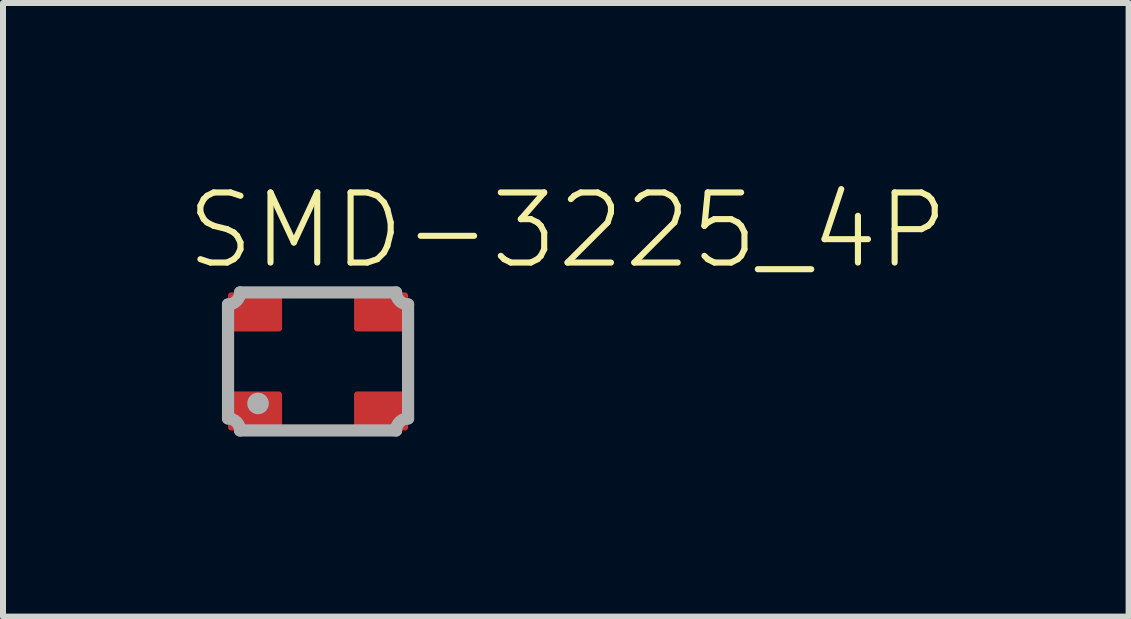
<source format=kicad_pcb>
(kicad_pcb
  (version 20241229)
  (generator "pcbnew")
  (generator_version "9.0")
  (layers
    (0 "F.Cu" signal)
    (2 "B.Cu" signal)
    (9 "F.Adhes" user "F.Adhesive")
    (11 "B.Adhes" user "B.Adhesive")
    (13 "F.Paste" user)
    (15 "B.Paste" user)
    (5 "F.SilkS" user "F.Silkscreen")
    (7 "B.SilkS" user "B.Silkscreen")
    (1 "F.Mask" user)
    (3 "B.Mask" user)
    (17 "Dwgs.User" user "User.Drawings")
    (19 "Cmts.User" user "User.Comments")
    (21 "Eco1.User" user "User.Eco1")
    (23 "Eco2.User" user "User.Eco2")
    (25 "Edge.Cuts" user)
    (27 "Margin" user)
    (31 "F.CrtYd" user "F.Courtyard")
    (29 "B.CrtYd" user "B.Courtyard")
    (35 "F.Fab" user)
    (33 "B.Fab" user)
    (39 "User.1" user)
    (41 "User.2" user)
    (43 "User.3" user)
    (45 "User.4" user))
  (footprint "SMD-3225_4P"
    (layer "F.Cu")
    (at 2.25 2.973)
    (property "Reference" "SMD-3225_4P" (at -2.25 -1.5 0) (layer "F.SilkS") (effects (font (size 1.168 1.168) (thickness 0.102)) (justify left bottom)))
    (fp_line (start -1.5 0.95) (end -1.5 -0.95) (stroke (width 0.203) (type solid)) (layer "F.Fab"))
    (fp_line (start -1.3 -1.15) (end 1.3 -1.15) (stroke (width 0.203) (type solid)) (layer "F.Fab"))
    (fp_line (start 1.3 1.15) (end -1.3 1.15) (stroke (width 0.203) (type solid)) (layer "F.Fab"))
    (fp_line (start 1.5 -0.95) (end 1.5 0.95) (stroke (width 0.203) (type solid)) (layer "F.Fab"))
    (fp_arc (start -1.5 0.95) (mid -1.358579 1.008579) (end -1.3 1.15) (stroke (width 0.2032) (type solid)) (layer "F.Fab"))
    (fp_arc (start -1.3 -1.15) (mid -1.358579 -1.008579) (end -1.5 -0.95) (stroke (width 0.2032) (type solid)) (layer "F.Fab"))
    (fp_arc (start 1.3 1.15) (mid 1.358579 1.008579) (end 1.5 0.95) (stroke (width 0.2032) (type solid)) (layer "F.Fab"))
    (fp_arc (start 1.5 -0.95) (mid 1.358579 -1.008579) (end 1.3 -1.15) (stroke (width 0.2032) (type solid)) (layer "F.Fab"))
    (fp_circle (center -1 0.7) (end -0.91 0.7) (stroke (width 0.18) (type solid)) (fill no) (layer "F.Fab"))
    (pad "1" smd roundrect (at -1.05 0.825) (size 0.9 0.65) (layers "F.Cu" "F.Mask" "F.Paste") (roundrect_rratio 0.078))
    (pad "2" smd roundrect (at 1.05 0.825) (size 0.9 0.65) (layers "F.Cu" "F.Mask" "F.Paste") (roundrect_rratio 0.078))
    (pad "3" smd roundrect (at 1.05 -0.825 180) (size 0.9 0.65) (layers "F.Cu" "F.Mask" "F.Paste") (roundrect_rratio 0.078))
    (pad "4" smd roundrect (at -1.05 -0.825 180) (size 0.9 0.65) (layers "F.Cu" "F.Mask" "F.Paste") (roundrect_rratio 0.078)))
  (gr_rect
    (start -3 -3)
    (end 15.757 7.225)
    (stroke (width 0.1) (type default))
    (fill no)
    (layer "Edge.Cuts")))
</source>
